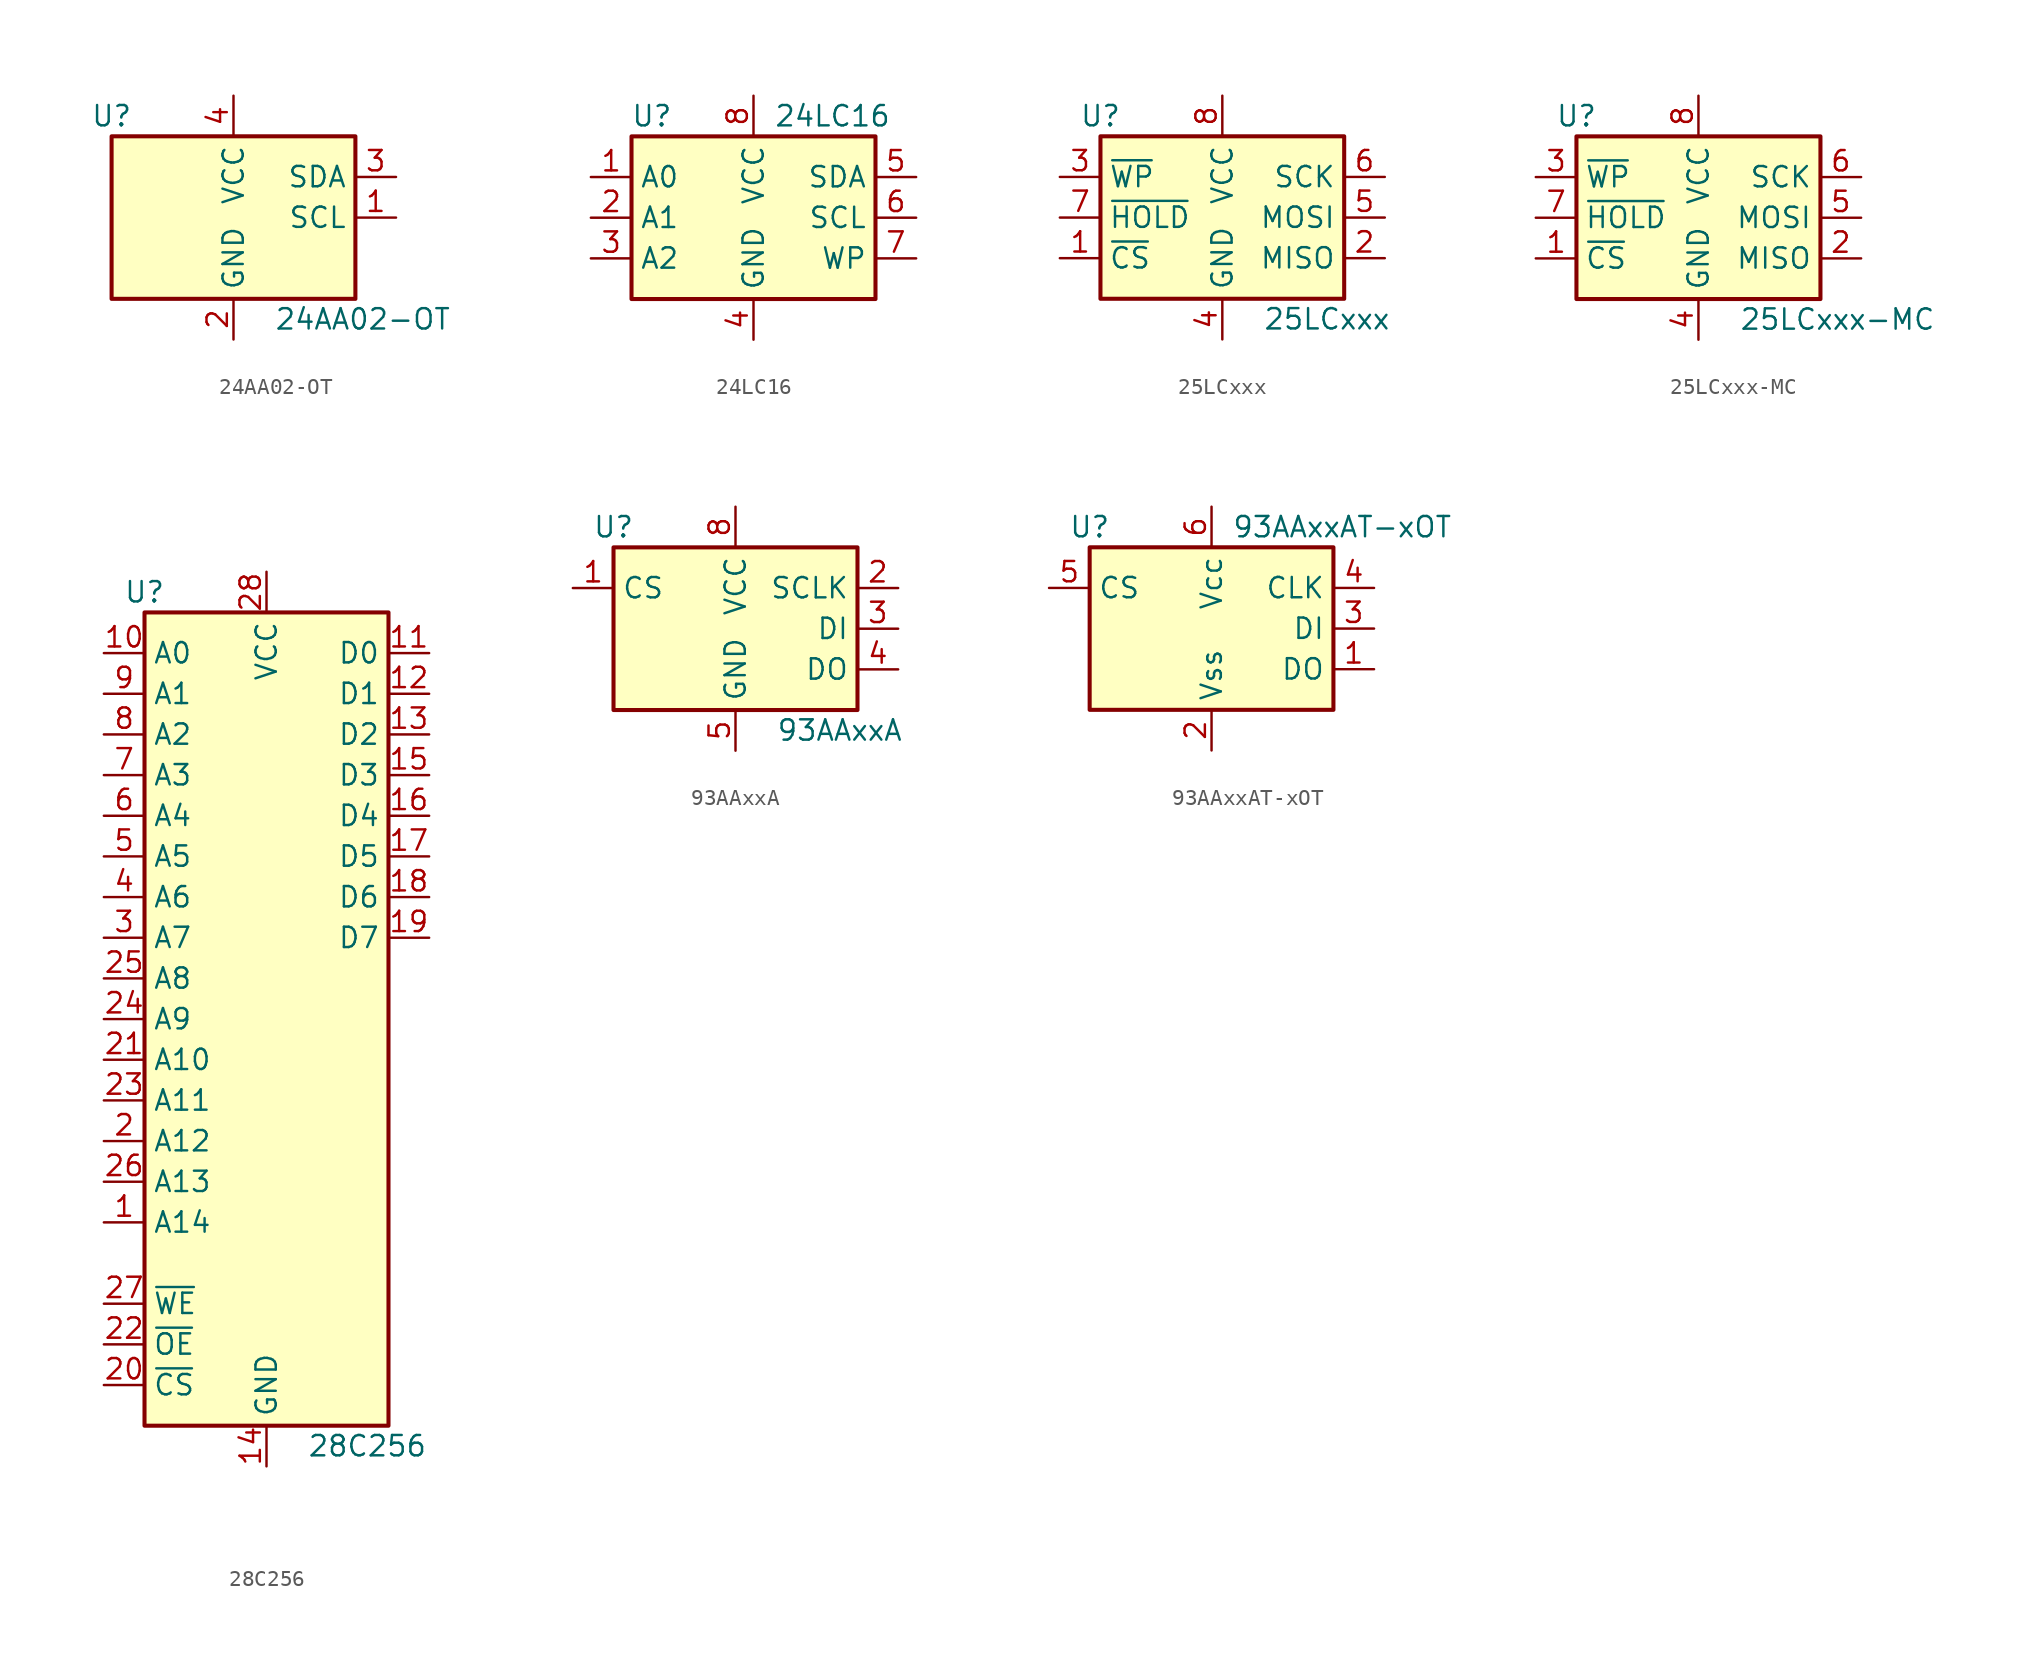
<source format=kicad_sym>
(kicad_symbol_lib
  (version 20201005)
  (generator kicad_symbol_editor)
  (symbol "Memory_EEPROM:24AA02-OT"
    (property "Reference" "U"
      (at -7.62 6.35 0)
      (effects (font (size 1.27 1.27))))
    (property "Value" "24AA02-OT"
      (at 2.54 -6.35 0)
      (effects (font (size 1.27 1.27)) (justify left)))
    (symbol "24AA02-OT_1_1"
      (rectangle (start -7.62 5.08) (end 7.62 -5.08) (stroke (width 0.254)) (fill (type background)))
      (pin input line (at 10.16 0 180) (length 2.54) (name "SCL" (effects (font (size 1.27 1.27)))) (number "1" (effects (font (size 1.27 1.27)))))
      (pin power_in line (at 0 -7.62 90) (length 2.54) (name "GND" (effects (font (size 1.27 1.27)))) (number "2" (effects (font (size 1.27 1.27)))))
      (pin bidirectional line (at 10.16 2.54 180) (length 2.54) (name "SDA" (effects (font (size 1.27 1.27)))) (number "3" (effects (font (size 1.27 1.27)))))
      (pin power_in line (at 0 7.62 270) (length 2.54) (name "VCC" (effects (font (size 1.27 1.27)))) (number "4" (effects (font (size 1.27 1.27)))))
      (pin no_connect line (at 7.62 -2.54 180) (length 2.54) hide (name "NC" (effects (font (size 1.27 1.27)))) (number "5" (effects (font (size 1.27 1.27)))))))
  (symbol "Memory_EEPROM:24LC16"
    (property "Reference" "U"
      (at -6.35 6.35 0)
      (effects (font (size 1.27 1.27))))
    (property "Value" "24LC16"
      (at 1.27 6.35 0)
      (effects (font (size 1.27 1.27)) (justify left)))
    (symbol "24LC16_1_1"
      (rectangle (start -7.62 5.08) (end 7.62 -5.08) (stroke (width 0.254)) (fill (type background)))
      (pin input line (at -10.16 2.54 0) (length 2.54) (name "A0" (effects (font (size 1.27 1.27)))) (number "1" (effects (font (size 1.27 1.27)))))
      (pin input line (at -10.16 0 0) (length 2.54) (name "A1" (effects (font (size 1.27 1.27)))) (number "2" (effects (font (size 1.27 1.27)))))
      (pin input line (at -10.16 -2.54 0) (length 2.54) (name "A2" (effects (font (size 1.27 1.27)))) (number "3" (effects (font (size 1.27 1.27)))))
      (pin power_in line (at 0 -7.62 90) (length 2.54) (name "GND" (effects (font (size 1.27 1.27)))) (number "4" (effects (font (size 1.27 1.27)))))
      (pin bidirectional line (at 10.16 2.54 180) (length 2.54) (name "SDA" (effects (font (size 1.27 1.27)))) (number "5" (effects (font (size 1.27 1.27)))))
      (pin input line (at 10.16 0 180) (length 2.54) (name "SCL" (effects (font (size 1.27 1.27)))) (number "6" (effects (font (size 1.27 1.27)))))
      (pin input line (at 10.16 -2.54 180) (length 2.54) (name "WP" (effects (font (size 1.27 1.27)))) (number "7" (effects (font (size 1.27 1.27)))))
      (pin power_in line (at 0 7.62 270) (length 2.54) (name "VCC" (effects (font (size 1.27 1.27)))) (number "8" (effects (font (size 1.27 1.27)))))))
  (symbol "Memory_EEPROM:25LCxxx"
    (property "Reference" "U"
      (at -7.62 6.35 0)
      (effects (font (size 1.27 1.27))))
    (property "Value" "25LCxxx"
      (at 2.54 -6.35 0)
      (effects (font (size 1.27 1.27)) (justify left)))
    (symbol "25LCxxx_1_1"
      (rectangle (start -7.62 5.08) (end 7.62 -5.08) (stroke (width 0.254)) (fill (type background)))
      (pin input line (at -10.16 -2.54 0) (length 2.54) (name "~CS" (effects (font (size 1.27 1.27)))) (number "1" (effects (font (size 1.27 1.27)))))
      (pin tri_state line (at 10.16 -2.54 180) (length 2.54) (name "MISO" (effects (font (size 1.27 1.27)))) (number "2" (effects (font (size 1.27 1.27)))))
      (pin input line (at -10.16 2.54 0) (length 2.54) (name "~WP" (effects (font (size 1.27 1.27)))) (number "3" (effects (font (size 1.27 1.27)))))
      (pin power_in line (at 0 -7.62 90) (length 2.54) (name "GND" (effects (font (size 1.27 1.27)))) (number "4" (effects (font (size 1.27 1.27)))))
      (pin input line (at 10.16 0 180) (length 2.54) (name "MOSI" (effects (font (size 1.27 1.27)))) (number "5" (effects (font (size 1.27 1.27)))))
      (pin input line (at 10.16 2.54 180) (length 2.54) (name "SCK" (effects (font (size 1.27 1.27)))) (number "6" (effects (font (size 1.27 1.27)))))
      (pin input line (at -10.16 0 0) (length 2.54) (name "~HOLD" (effects (font (size 1.27 1.27)))) (number "7" (effects (font (size 1.27 1.27)))))
      (pin power_in line (at 0 7.62 270) (length 2.54) (name "VCC" (effects (font (size 1.27 1.27)))) (number "8" (effects (font (size 1.27 1.27)))))))
  (symbol "Memory_EEPROM:25LCxxx-MC"
    (property "Reference" "U"
      (at -7.62 6.35 0)
      (effects (font (size 1.27 1.27))))
    (property "Value" "25LCxxx-MC"
      (at 2.54 -6.35 0)
      (effects (font (size 1.27 1.27)) (justify left)))
    (symbol "25LCxxx-MC_1_1"
      (rectangle (start -7.62 5.08) (end 7.62 -5.08) (stroke (width 0.254)) (fill (type background)))
      (pin input line (at -10.16 -2.54 0) (length 2.54) (name "~CS" (effects (font (size 1.27 1.27)))) (number "1" (effects (font (size 1.27 1.27)))))
      (pin tri_state line (at 10.16 -2.54 180) (length 2.54) (name "MISO" (effects (font (size 1.27 1.27)))) (number "2" (effects (font (size 1.27 1.27)))))
      (pin input line (at -10.16 2.54 0) (length 2.54) (name "~WP" (effects (font (size 1.27 1.27)))) (number "3" (effects (font (size 1.27 1.27)))))
      (pin power_in line (at 0 -7.62 90) (length 2.54) (name "GND" (effects (font (size 1.27 1.27)))) (number "4" (effects (font (size 1.27 1.27)))))
      (pin input line (at 10.16 0 180) (length 2.54) (name "MOSI" (effects (font (size 1.27 1.27)))) (number "5" (effects (font (size 1.27 1.27)))))
      (pin input line (at 10.16 2.54 180) (length 2.54) (name "SCK" (effects (font (size 1.27 1.27)))) (number "6" (effects (font (size 1.27 1.27)))))
      (pin input line (at -10.16 0 0) (length 2.54) (name "~HOLD" (effects (font (size 1.27 1.27)))) (number "7" (effects (font (size 1.27 1.27)))))
      (pin power_in line (at 0 7.62 270) (length 2.54) (name "VCC" (effects (font (size 1.27 1.27)))) (number "8" (effects (font (size 1.27 1.27)))))
      (pin passive line (at 0 -7.62 90) (length 2.54) hide (name "GND" (effects (font (size 1.27 1.27)))) (number "9" (effects (font (size 1.27 1.27)))))))
  (symbol "Memory_EEPROM:28C256"
    (property "Reference" "U"
      (at -7.62 26.67 0)
      (effects (font (size 1.27 1.27))))
    (property "Value" "28C256"
      (at 2.54 -26.67 0)
      (effects (font (size 1.27 1.27)) (justify left)))
    (symbol "28C256_1_1"
      (rectangle (start -7.62 25.4) (end 7.62 -25.4) (stroke (width 0.254)) (fill (type background)))
      (pin input line (at -10.16 -12.7 0) (length 2.54) (name "A14" (effects (font (size 1.27 1.27)))) (number "1" (effects (font (size 1.27 1.27)))))
      (pin input line (at -10.16 22.86 0) (length 2.54) (name "A0" (effects (font (size 1.27 1.27)))) (number "10" (effects (font (size 1.27 1.27)))))
      (pin tri_state line (at 10.16 22.86 180) (length 2.54) (name "D0" (effects (font (size 1.27 1.27)))) (number "11" (effects (font (size 1.27 1.27)))))
      (pin tri_state line (at 10.16 20.32 180) (length 2.54) (name "D1" (effects (font (size 1.27 1.27)))) (number "12" (effects (font (size 1.27 1.27)))))
      (pin tri_state line (at 10.16 17.78 180) (length 2.54) (name "D2" (effects (font (size 1.27 1.27)))) (number "13" (effects (font (size 1.27 1.27)))))
      (pin power_in line (at 0 -27.94 90) (length 2.54) (name "GND" (effects (font (size 1.27 1.27)))) (number "14" (effects (font (size 1.27 1.27)))))
      (pin tri_state line (at 10.16 15.24 180) (length 2.54) (name "D3" (effects (font (size 1.27 1.27)))) (number "15" (effects (font (size 1.27 1.27)))))
      (pin tri_state line (at 10.16 12.7 180) (length 2.54) (name "D4" (effects (font (size 1.27 1.27)))) (number "16" (effects (font (size 1.27 1.27)))))
      (pin tri_state line (at 10.16 10.16 180) (length 2.54) (name "D5" (effects (font (size 1.27 1.27)))) (number "17" (effects (font (size 1.27 1.27)))))
      (pin tri_state line (at 10.16 7.62 180) (length 2.54) (name "D6" (effects (font (size 1.27 1.27)))) (number "18" (effects (font (size 1.27 1.27)))))
      (pin tri_state line (at 10.16 5.08 180) (length 2.54) (name "D7" (effects (font (size 1.27 1.27)))) (number "19" (effects (font (size 1.27 1.27)))))
      (pin input line (at -10.16 -7.62 0) (length 2.54) (name "A12" (effects (font (size 1.27 1.27)))) (number "2" (effects (font (size 1.27 1.27)))))
      (pin input line (at -10.16 -22.86 0) (length 2.54) (name "~CS" (effects (font (size 1.27 1.27)))) (number "20" (effects (font (size 1.27 1.27)))))
      (pin input line (at -10.16 -2.54 0) (length 2.54) (name "A10" (effects (font (size 1.27 1.27)))) (number "21" (effects (font (size 1.27 1.27)))))
      (pin input line (at -10.16 -20.32 0) (length 2.54) (name "~OE" (effects (font (size 1.27 1.27)))) (number "22" (effects (font (size 1.27 1.27)))))
      (pin input line (at -10.16 -5.08 0) (length 2.54) (name "A11" (effects (font (size 1.27 1.27)))) (number "23" (effects (font (size 1.27 1.27)))))
      (pin input line (at -10.16 0 0) (length 2.54) (name "A9" (effects (font (size 1.27 1.27)))) (number "24" (effects (font (size 1.27 1.27)))))
      (pin input line (at -10.16 2.54 0) (length 2.54) (name "A8" (effects (font (size 1.27 1.27)))) (number "25" (effects (font (size 1.27 1.27)))))
      (pin input line (at -10.16 -10.16 0) (length 2.54) (name "A13" (effects (font (size 1.27 1.27)))) (number "26" (effects (font (size 1.27 1.27)))))
      (pin input line (at -10.16 -17.78 0) (length 2.54) (name "~WE" (effects (font (size 1.27 1.27)))) (number "27" (effects (font (size 1.27 1.27)))))
      (pin power_in line (at 0 27.94 270) (length 2.54) (name "VCC" (effects (font (size 1.27 1.27)))) (number "28" (effects (font (size 1.27 1.27)))))
      (pin input line (at -10.16 5.08 0) (length 2.54) (name "A7" (effects (font (size 1.27 1.27)))) (number "3" (effects (font (size 1.27 1.27)))))
      (pin input line (at -10.16 7.62 0) (length 2.54) (name "A6" (effects (font (size 1.27 1.27)))) (number "4" (effects (font (size 1.27 1.27)))))
      (pin input line (at -10.16 10.16 0) (length 2.54) (name "A5" (effects (font (size 1.27 1.27)))) (number "5" (effects (font (size 1.27 1.27)))))
      (pin input line (at -10.16 12.7 0) (length 2.54) (name "A4" (effects (font (size 1.27 1.27)))) (number "6" (effects (font (size 1.27 1.27)))))
      (pin input line (at -10.16 15.24 0) (length 2.54) (name "A3" (effects (font (size 1.27 1.27)))) (number "7" (effects (font (size 1.27 1.27)))))
      (pin input line (at -10.16 17.78 0) (length 2.54) (name "A2" (effects (font (size 1.27 1.27)))) (number "8" (effects (font (size 1.27 1.27)))))
      (pin input line (at -10.16 20.32 0) (length 2.54) (name "A1" (effects (font (size 1.27 1.27)))) (number "9" (effects (font (size 1.27 1.27)))))))
  (symbol "Memory_EEPROM:93AAxxA"
    (property "Reference" "U"
      (at -7.62 6.35 0)
      (effects (font (size 1.27 1.27))))
    (property "Value" "93AAxxA"
      (at 2.54 -6.35 0)
      (effects (font (size 1.27 1.27)) (justify left)))
    (symbol "93AAxxA_1_1"
      (rectangle (start -7.62 5.08) (end 7.62 -5.08) (stroke (width 0.254)) (fill (type background)))
      (pin input line (at -10.16 2.54 0) (length 2.54) (name "CS" (effects (font (size 1.27 1.27)))) (number "1" (effects (font (size 1.27 1.27)))))
      (pin input line (at 10.16 2.54 180) (length 2.54) (name "SCLK" (effects (font (size 1.27 1.27)))) (number "2" (effects (font (size 1.27 1.27)))))
      (pin input line (at 10.16 0 180) (length 2.54) (name "DI" (effects (font (size 1.27 1.27)))) (number "3" (effects (font (size 1.27 1.27)))))
      (pin tri_state line (at 10.16 -2.54 180) (length 2.54) (name "DO" (effects (font (size 1.27 1.27)))) (number "4" (effects (font (size 1.27 1.27)))))
      (pin power_in line (at 0 -7.62 90) (length 2.54) (name "GND" (effects (font (size 1.27 1.27)))) (number "5" (effects (font (size 1.27 1.27)))))
      (pin no_connect line (at -7.62 0 0) (length 2.54) hide (name "NC" (effects (font (size 1.27 1.27)))) (number "6" (effects (font (size 1.27 1.27)))))
      (pin no_connect line (at -7.62 -2.54 0) (length 2.54) hide (name "NC" (effects (font (size 1.27 1.27)))) (number "7" (effects (font (size 1.27 1.27)))))
      (pin power_in line (at 0 7.62 270) (length 2.54) (name "VCC" (effects (font (size 1.27 1.27)))) (number "8" (effects (font (size 1.27 1.27)))))))
  (symbol "Memory_EEPROM:93AAxxAT-xOT"
    (property "Reference" "U"
      (at -7.62 6.35 0)
      (effects (font (size 1.27 1.27))))
    (property "Value" "93AAxxAT-xOT"
      (at 1.27 6.35 0)
      (effects (font (size 1.27 1.27)) (justify left)))
    (symbol "93AAxxAT-xOT_1_1"
      (rectangle (start -7.62 5.08) (end 7.62 -5.08) (stroke (width 0.254)) (fill (type background)))
      (pin tri_state line (at 10.16 -2.54 180) (length 2.54) (name "DO" (effects (font (size 1.27 1.27)))) (number "1" (effects (font (size 1.27 1.27)))))
      (pin power_in line (at 0 -7.62 90) (length 2.54) (name "Vss" (effects (font (size 1.27 1.27)))) (number "2" (effects (font (size 1.27 1.27)))))
      (pin input line (at 10.16 0 180) (length 2.54) (name "DI" (effects (font (size 1.27 1.27)))) (number "3" (effects (font (size 1.27 1.27)))))
      (pin input line (at 10.16 2.54 180) (length 2.54) (name "CLK" (effects (font (size 1.27 1.27)))) (number "4" (effects (font (size 1.27 1.27)))))
      (pin input line (at -10.16 2.54 0) (length 2.54) (name "CS" (effects (font (size 1.27 1.27)))) (number "5" (effects (font (size 1.27 1.27)))))
      (pin power_in line (at 0 7.62 270) (length 2.54) (name "Vсс" (effects (font (size 1.27 1.27)))) (number "6" (effects (font (size 1.27 1.27))))))))
</source>
